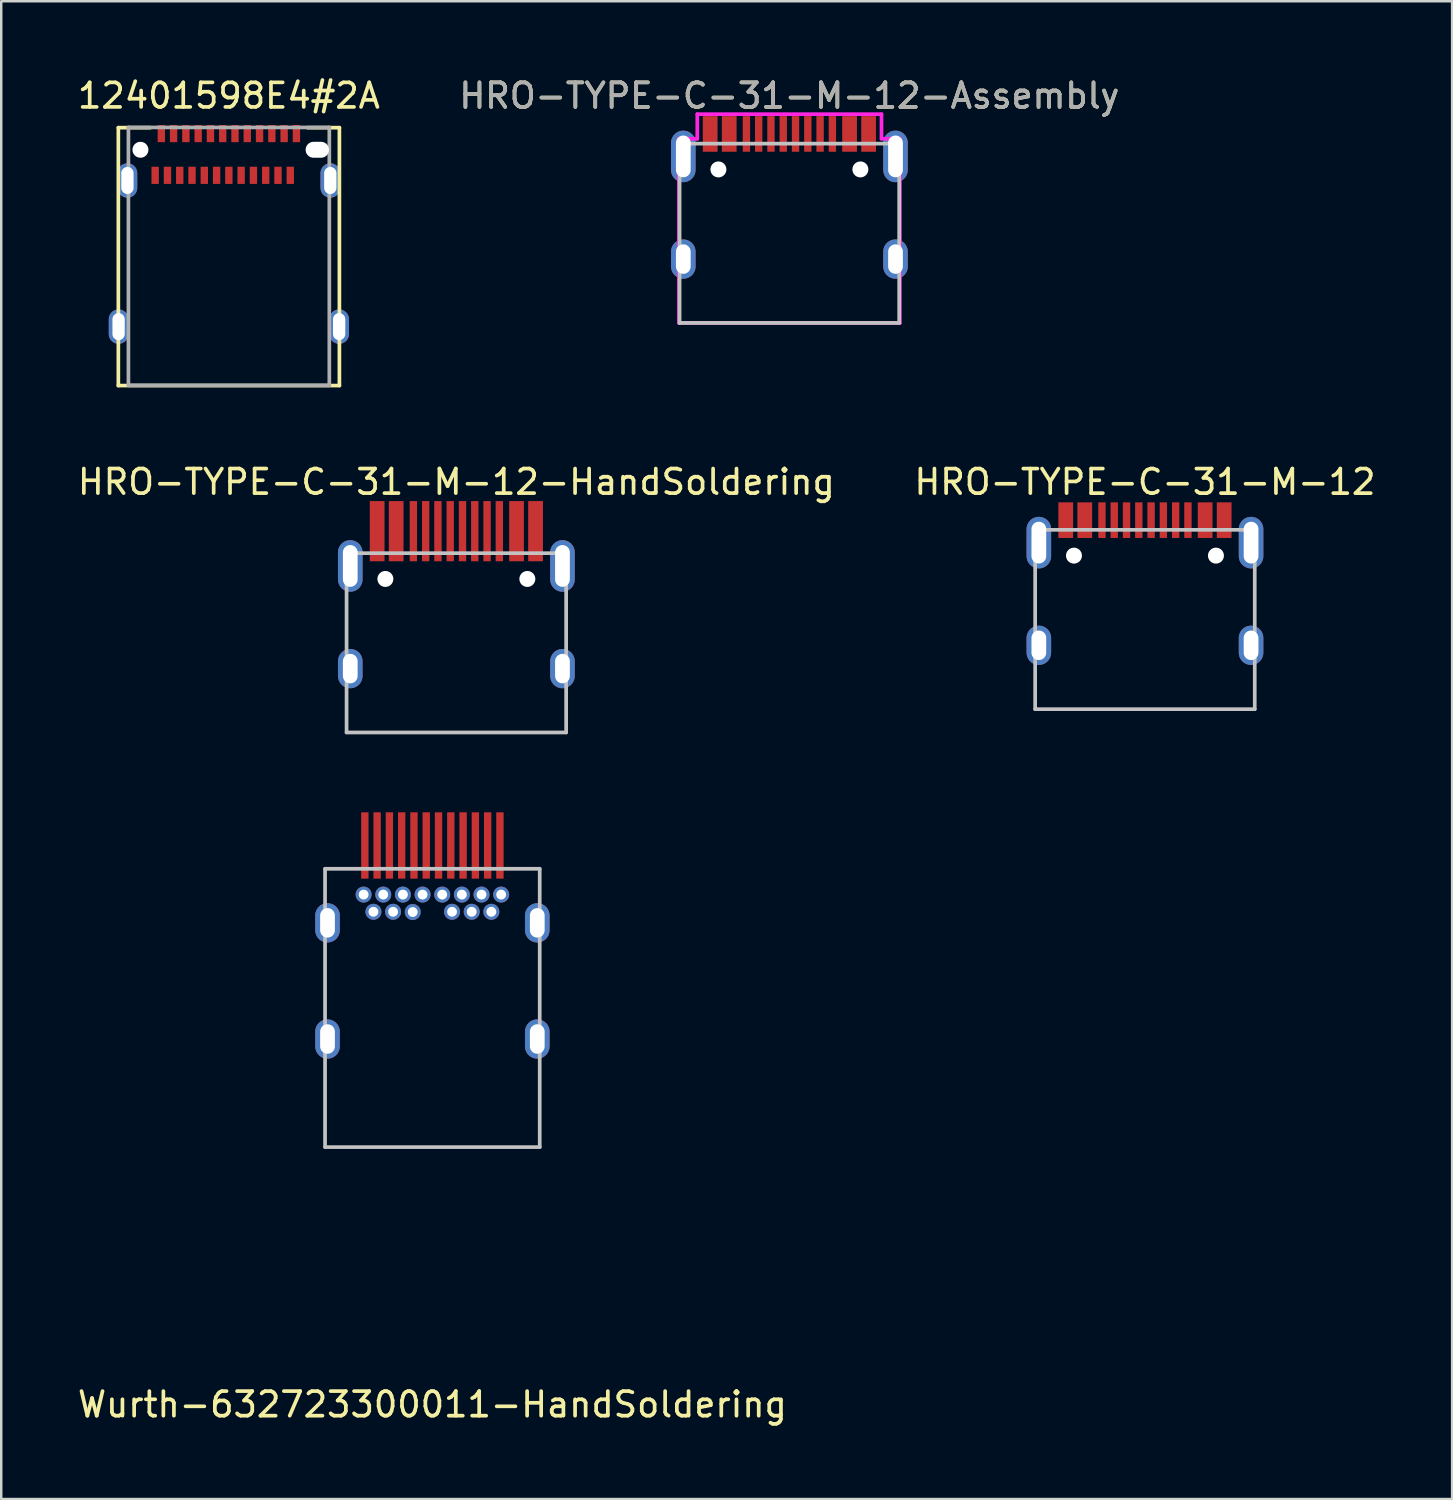
<source format=kicad_pcb>
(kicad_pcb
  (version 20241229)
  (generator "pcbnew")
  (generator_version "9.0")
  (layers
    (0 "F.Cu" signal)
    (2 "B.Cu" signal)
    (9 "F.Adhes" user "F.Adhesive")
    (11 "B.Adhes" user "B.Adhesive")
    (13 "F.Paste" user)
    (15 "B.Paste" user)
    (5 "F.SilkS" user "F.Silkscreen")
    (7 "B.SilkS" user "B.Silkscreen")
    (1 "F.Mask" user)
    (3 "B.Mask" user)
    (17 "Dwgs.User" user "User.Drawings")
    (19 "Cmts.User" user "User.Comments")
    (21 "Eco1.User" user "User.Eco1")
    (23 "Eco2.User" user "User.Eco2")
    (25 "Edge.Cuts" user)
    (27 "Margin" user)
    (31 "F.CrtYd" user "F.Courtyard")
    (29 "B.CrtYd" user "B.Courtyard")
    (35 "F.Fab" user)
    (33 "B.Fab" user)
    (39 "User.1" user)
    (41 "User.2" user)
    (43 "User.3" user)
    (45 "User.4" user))
  (footprint "HRO-TYPE-C-31-M-12-HandSoldering"
    (layer "F.Cu")
    (at 15.53 26.771)
    (property "Reference" "HRO-TYPE-C-31-M-12-HandSoldering" (at 0 -10.2 0) (layer "F.SilkS") (effects (font (size 1 1) (thickness 0.15))))
    (attr through_hole)
    (fp_line (start -4.47 -7.3) (end 4.47 -7.3) (stroke (width 0.15) (type solid)) (layer "Dwgs.User"))
    (fp_line (start -4.47 0) (end -4.47 -7.3) (stroke (width 0.15) (type solid)) (layer "Dwgs.User"))
    (fp_line (start -4.47 0) (end 4.47 0) (stroke (width 0.15) (type solid)) (layer "Dwgs.User"))
    (fp_line (start 4.47 0) (end 4.47 -7.3) (stroke (width 0.15) (type solid)) (layer "Dwgs.User"))
    (pad "" np_thru_hole circle (at -2.89 -6.25) (size 0.65 0.65) (drill 0.65) (layers "*.Cu" "*.Mask"))
    (pad "" np_thru_hole circle (at 2.89 -6.25) (size 0.65 0.65) (drill 0.65) (layers "*.Cu" "*.Mask"))
    (pad "1" smd rect (at -3.225 -8.195) (size 0.6 2.45) (layers "F.Cu" "F.Mask" "F.Paste"))
    (pad "2" smd rect (at -2.45 -8.195) (size 0.6 2.45) (layers "F.Cu" "F.Mask" "F.Paste"))
    (pad "3" smd rect (at -1.75 -8.195) (size 0.3 2.45) (layers "F.Cu" "F.Mask" "F.Paste"))
    (pad "4" smd rect (at -1.25 -8.195) (size 0.3 2.45) (layers "F.Cu" "F.Mask" "F.Paste"))
    (pad "5" smd rect (at -0.75 -8.195) (size 0.3 2.45) (layers "F.Cu" "F.Mask" "F.Paste"))
    (pad "6" smd rect (at -0.25 -8.195) (size 0.3 2.45) (layers "F.Cu" "F.Mask" "F.Paste"))
    (pad "7" smd rect (at 0.25 -8.195) (size 0.3 2.45) (layers "F.Cu" "F.Mask" "F.Paste"))
    (pad "8" smd rect (at 0.75 -8.195) (size 0.3 2.45) (layers "F.Cu" "F.Mask" "F.Paste"))
    (pad "9" smd rect (at 1.25 -8.195) (size 0.3 2.45) (layers "F.Cu" "F.Mask" "F.Paste"))
    (pad "10" smd rect (at 1.75 -8.195) (size 0.3 2.45) (layers "F.Cu" "F.Mask" "F.Paste"))
    (pad "11" smd rect (at 2.45 -8.195) (size 0.6 2.45) (layers "F.Cu" "F.Mask" "F.Paste"))
    (pad "12" smd rect (at 3.225 -8.195) (size 0.6 2.45) (layers "F.Cu" "F.Mask" "F.Paste"))
    (pad "13" thru_hole oval (at -4.32 -6.78) (size 1 2.1) (drill oval 0.6 1.7) (layers "B.Cu" "B.Mask"))
    (pad "13" thru_hole oval (at -4.32 -2.6) (size 1 1.6) (drill oval 0.6 1.2) (layers "B.Cu" "B.Mask"))
    (pad "13" thru_hole oval (at 4.32 -6.78) (size 1 2.1) (drill oval 0.6 1.7) (layers "B.Cu" "B.Mask"))
    (pad "13" thru_hole oval (at 4.32 -2.6) (size 1 1.6) (drill oval 0.6 1.2) (layers "B.Cu" "B.Mask")))
  (footprint "HRO-TYPE-C-31-M-12-Assembly"
    (layer "F.Cu")
    (at 29.089 10.098)
    (property "Reference" "HRO-TYPE-C-31-M-12-Assembly" (at 0 -9.25 0) (layer "F.SilkS") (effects (font (size 1 1) (thickness 0.15))))
    (attr smd)
    (fp_line (start -4.47 -7.3) (end 4.47 -7.3) (stroke (width 0.15) (type solid)) (layer "Dwgs.User"))
    (fp_line (start -4.47 0) (end -4.47 -7.3) (stroke (width 0.15) (type solid)) (layer "Dwgs.User"))
    (fp_line (start -4.47 0) (end 4.47 0) (stroke (width 0.15) (type solid)) (layer "Dwgs.User"))
    (fp_line (start 4.47 0) (end 4.47 -7.3) (stroke (width 0.15) (type solid)) (layer "Dwgs.User"))
    (fp_line (start -4.5 -7.5) (end -3.75 -7.5) (stroke (width 0.15) (type solid)) (layer "F.CrtYd"))
    (fp_line (start -4.5 0) (end -4.5 -7.5) (stroke (width 0.15) (type solid)) (layer "F.CrtYd"))
    (fp_line (start -3.75 -8.5) (end 3.75 -8.5) (stroke (width 0.15) (type solid)) (layer "F.CrtYd"))
    (fp_line (start -3.75 -7.5) (end -3.75 -8.5) (stroke (width 0.15) (type solid)) (layer "F.CrtYd"))
    (fp_line (start 3.75 -8.5) (end 3.75 -7.5) (stroke (width 0.15) (type solid)) (layer "F.CrtYd"))
    (fp_line (start 4.5 -7.5) (end 3.75 -7.5) (stroke (width 0.15) (type solid)) (layer "F.CrtYd"))
    (fp_line (start 4.5 -7.5) (end 4.5 0) (stroke (width 0.15) (type solid)) (layer "F.CrtYd"))
    (fp_line (start 4.5 0) (end -4.5 0) (stroke (width 0.15) (type solid)) (layer "F.CrtYd"))
    (fp_text user "${REFERENCE}" (at 0 -9.25 0) (layer "F.Fab") (effects (font (size 1 1) (thickness 0.15))))
    (pad "" np_thru_hole circle (at -2.89 -6.25) (size 0.65 0.65) (drill 0.65) (layers "*.Cu" "*.Mask"))
    (pad "" np_thru_hole circle (at 2.89 -6.25) (size 0.65 0.65) (drill 0.65) (layers "*.Cu" "*.Mask"))
    (pad "1" smd rect (at -3.225 -7.695) (size 0.6 1.45) (layers "F.Cu" "F.Mask" "F.Paste"))
    (pad "2" smd rect (at -2.45 -7.695) (size 0.6 1.45) (layers "F.Cu" "F.Mask" "F.Paste"))
    (pad "3" smd rect (at -1.75 -7.695) (size 0.3 1.45) (layers "F.Cu" "F.Mask" "F.Paste"))
    (pad "4" smd rect (at -1.25 -7.695) (size 0.3 1.45) (layers "F.Cu" "F.Mask" "F.Paste"))
    (pad "5" smd rect (at -0.75 -7.695) (size 0.3 1.45) (layers "F.Cu" "F.Mask" "F.Paste"))
    (pad "6" smd rect (at -0.25 -7.695) (size 0.3 1.45) (layers "F.Cu" "F.Mask" "F.Paste"))
    (pad "7" smd rect (at 0.25 -7.695) (size 0.3 1.45) (layers "F.Cu" "F.Mask" "F.Paste"))
    (pad "8" smd rect (at 0.75 -7.695) (size 0.3 1.45) (layers "F.Cu" "F.Mask" "F.Paste"))
    (pad "9" smd rect (at 1.25 -7.695) (size 0.3 1.45) (layers "F.Cu" "F.Mask" "F.Paste"))
    (pad "10" smd rect (at 1.75 -7.695) (size 0.3 1.45) (layers "F.Cu" "F.Mask" "F.Paste"))
    (pad "11" smd rect (at 2.45 -7.695) (size 0.6 1.45) (layers "F.Cu" "F.Mask" "F.Paste"))
    (pad "12" smd rect (at 3.225 -7.695) (size 0.6 1.45) (layers "F.Cu" "F.Mask" "F.Paste"))
    (pad "13" thru_hole oval (at -4.32 -6.78) (size 1 2.1) (drill oval 0.6 1.7) (layers "*.Cu" "*.Mask"))
    (pad "13" thru_hole oval (at -4.32 -2.6) (size 1 1.6) (drill oval 0.6 1.2) (layers "*.Cu" "*.Mask"))
    (pad "13" thru_hole oval (at 4.32 -6.78) (size 1 2.1) (drill oval 0.6 1.7) (layers "*.Cu" "*.Mask"))
    (pad "13" thru_hole oval (at 4.32 -2.6) (size 1 1.6) (drill oval 0.6 1.2) (layers "*.Cu" "*.Mask")))
  (footprint "12401598E4#2A"
    (layer "F.Cu")
    (at 6.268 3.048)
    (property "Reference" "12401598E4#2A" (at 0 -2.2 0) (layer "F.SilkS") (effects (font (size 1 1) (thickness 0.15))))
    (attr through_hole)
    (fp_line (start -4.5 -0.9) (end -4.5 9.6) (stroke (width 0.15) (type solid)) (layer "F.SilkS"))
    (fp_line (start -4.5 -0.9) (end -3.2 -0.9) (stroke (width 0.15) (type solid)) (layer "F.SilkS"))
    (fp_line (start -4.5 9.6) (end 4.5 9.6) (stroke (width 0.15) (type solid)) (layer "F.SilkS"))
    (fp_line (start 4.5 -0.9) (end 3.2 -0.9) (stroke (width 0.15) (type solid)) (layer "F.SilkS"))
    (fp_line (start 4.5 9.6) (end 4.5 -0.9) (stroke (width 0.15) (type solid)) (layer "F.SilkS"))
    (fp_line (start -4.09 -0.91) (end 4.09 -0.91) (stroke (width 0.15) (type solid)) (layer "F.Fab"))
    (fp_line (start -4.09 9.59) (end -4.09 -0.91) (stroke (width 0.15) (type solid)) (layer "F.Fab"))
    (fp_line (start -4.09 9.59) (end 4.09 9.59) (stroke (width 0.15) (type solid)) (layer "F.Fab"))
    (fp_line (start 4.09 9.59) (end 4.09 -0.91) (stroke (width 0.15) (type solid)) (layer "F.Fab"))
    (pad "" np_thru_hole circle (at -3.6 0) (size 0.65 0.65) (drill 0.65) (layers "*.Cu" "*.Mask"))
    (pad "" np_thru_hole oval (at 3.6 0) (size 0.95 0.65) (drill oval 0.95 0.65) (layers "*.Cu" "*.Mask"))
    (pad "A1" smd rect (at -2.75 -0.66) (size 0.3 0.7) (layers "F.Cu" "F.Mask" "F.Paste"))
    (pad "A2" smd rect (at -2.25 -0.66) (size 0.3 0.7) (layers "F.Cu" "F.Mask" "F.Paste"))
    (pad "A3" smd rect (at -1.75 -0.66) (size 0.3 0.7) (layers "F.Cu" "F.Mask" "F.Paste"))
    (pad "A4" smd rect (at -1.25 -0.66) (size 0.3 0.7) (layers "F.Cu" "F.Mask" "F.Paste"))
    (pad "A5" smd rect (at -0.75 -0.66) (size 0.3 0.7) (layers "F.Cu" "F.Mask" "F.Paste"))
    (pad "A6" smd rect (at -0.25 -0.66) (size 0.3 0.7) (layers "F.Cu" "F.Mask" "F.Paste"))
    (pad "A7" smd rect (at 0.25 -0.66) (size 0.3 0.7) (layers "F.Cu" "F.Mask" "F.Paste"))
    (pad "A8" smd rect (at 0.75 -0.66) (size 0.3 0.7) (layers "F.Cu" "F.Mask" "F.Paste"))
    (pad "A9" smd rect (at 1.25 -0.66) (size 0.3 0.7) (layers "F.Cu" "F.Mask" "F.Paste"))
    (pad "A10" smd rect (at 1.75 -0.66) (size 0.3 0.7) (layers "F.Cu" "F.Mask" "F.Paste"))
    (pad "A11" smd rect (at 2.25 -0.66) (size 0.3 0.7) (layers "F.Cu" "F.Mask" "F.Paste"))
    (pad "A12" smd rect (at 2.75 -0.66) (size 0.3 0.7) (layers "F.Cu" "F.Mask" "F.Paste"))
    (pad "B1" smd rect (at 2.5 1.04) (size 0.3 0.7) (layers "F.Cu" "F.Mask" "F.Paste"))
    (pad "B2" smd rect (at 2 1.04) (size 0.3 0.7) (layers "F.Cu" "F.Mask" "F.Paste"))
    (pad "B3" smd rect (at 1.5 1.04) (size 0.3 0.7) (layers "F.Cu" "F.Mask" "F.Paste"))
    (pad "B4" smd rect (at 1 1.04) (size 0.3 0.7) (layers "F.Cu" "F.Mask" "F.Paste"))
    (pad "B5" smd rect (at 0.5 1.04) (size 0.3 0.7) (layers "F.Cu" "F.Mask" "F.Paste"))
    (pad "B6" smd rect (at 0 1.04) (size 0.3 0.7) (layers "F.Cu" "F.Mask" "F.Paste"))
    (pad "B7" smd rect (at -0.5 1.04) (size 0.3 0.7) (layers "F.Cu" "F.Mask" "F.Paste"))
    (pad "B8" smd rect (at -1 1.04) (size 0.3 0.7) (layers "F.Cu" "F.Mask" "F.Paste"))
    (pad "B9" smd rect (at -1.5 1.04) (size 0.3 0.7) (layers "F.Cu" "F.Mask" "F.Paste"))
    (pad "B10" smd rect (at -2 1.04) (size 0.3 0.7) (layers "F.Cu" "F.Mask" "F.Paste"))
    (pad "B11" smd rect (at -2.5 1.04) (size 0.3 0.7) (layers "F.Cu" "F.Mask" "F.Paste"))
    (pad "B12" smd rect (at -3 1.04) (size 0.3 0.7) (layers "F.Cu" "F.Mask" "F.Paste"))
    (pad "S1" thru_hole oval (at -4.13 1.25) (size 0.8 1.4) (drill oval 0.5 1.1) (layers "*.Cu" "B.Mask"))
    (pad "S2" thru_hole oval (at 4.13 1.25) (size 0.8 1.4) (drill oval 0.5 1.1) (layers "*.Cu" "B.Mask"))
    (pad "S3" thru_hole oval (at -4.49 7.2) (size 0.8 1.4) (drill oval 0.5 1.1) (layers "*.Cu" "B.Mask"))
    (pad "S4" thru_hole oval (at 4.49 7.2) (size 0.8 1.4) (drill oval 0.5 1.1) (layers "*.Cu" "B.Mask")))
  (footprint "Wurth-632723300011-HandSoldering"
    (layer "F.Cu")
    (at 14.554 42.702)
    (property "Reference" "Wurth-632723300011-HandSoldering" (at 0 11.43 0) (layer "F.SilkS") (effects (font (size 1 1) (thickness 0.15))))
    (attr through_hole)
    (fp_line (start -4.37 -10.38) (end 4.37 -10.38) (stroke (width 0.15) (type solid)) (layer "Dwgs.User"))
    (fp_line (start -4.37 0.95) (end -4.37 -10.38) (stroke (width 0.15) (type solid)) (layer "Dwgs.User"))
    (fp_line (start -4.37 0.95) (end 4.37 0.95) (stroke (width 0.15) (type solid)) (layer "Dwgs.User"))
    (fp_line (start 4.37 0.95) (end 4.37 -10.38) (stroke (width 0.15) (type solid)) (layer "Dwgs.User"))
    (pad "1" smd rect (at -2.75 -11.33) (size 0.3 2.7) (layers "F.Cu" "F.Mask" "F.Paste"))
    (pad "2" smd rect (at -2.25 -11.33) (size 0.3 2.7) (layers "F.Cu" "F.Mask" "F.Paste"))
    (pad "3" smd rect (at -1.75 -11.33) (size 0.3 2.7) (layers "F.Cu" "F.Mask" "F.Paste"))
    (pad "4" smd rect (at -1.25 -11.33) (size 0.3 2.7) (layers "F.Cu" "F.Mask" "F.Paste"))
    (pad "5" smd rect (at -0.75 -11.33) (size 0.3 2.7) (layers "F.Cu" "F.Mask" "F.Paste"))
    (pad "6" smd rect (at -0.25 -11.33) (size 0.3 2.7) (layers "F.Cu" "F.Mask" "F.Paste"))
    (pad "7" smd rect (at 0.25 -11.33) (size 0.3 2.7) (layers "F.Cu" "F.Mask" "F.Paste"))
    (pad "8" smd rect (at 0.75 -11.33) (size 0.3 2.7) (layers "F.Cu" "F.Mask" "F.Paste"))
    (pad "9" smd rect (at 1.25 -11.33) (size 0.3 2.7) (layers "F.Cu" "F.Mask" "F.Paste"))
    (pad "10" smd rect (at 1.75 -11.33) (size 0.3 2.7) (layers "F.Cu" "F.Mask" "F.Paste"))
    (pad "11" smd rect (at 2.25 -11.33) (size 0.3 2.7) (layers "F.Cu" "F.Mask" "F.Paste"))
    (pad "12" smd rect (at 2.75 -11.33) (size 0.3 2.7) (layers "F.Cu" "F.Mask" "F.Paste"))
    (pad "13" thru_hole circle (at 2.8 -9.33) (size 0.65 0.65) (drill 0.4) (layers "B.Cu" "B.Mask"))
    (pad "14" thru_hole circle (at 2.4 -8.63) (size 0.65 0.65) (drill 0.4) (layers "B.Cu" "B.Mask"))
    (pad "15" thru_hole circle (at 1.6 -8.63) (size 0.65 0.65) (drill 0.4) (layers "B.Cu" "B.Mask"))
    (pad "16" thru_hole circle (at 1.2 -9.33) (size 0.65 0.65) (drill 0.4) (layers "B.Cu" "B.Mask"))
    (pad "17" thru_hole circle (at 0.8 -8.63) (size 0.65 0.65) (drill 0.4) (layers "B.Cu" "B.Mask"))
    (pad "18" thru_hole circle (at 0.4 -9.33) (size 0.65 0.65) (drill 0.4) (layers "B.Cu" "B.Mask"))
    (pad "19" thru_hole circle (at -0.4 -9.33) (size 0.65 0.65) (drill 0.4) (layers "B.Cu" "B.Mask"))
    (pad "20" thru_hole circle (at -0.8 -8.62) (size 0.65 0.65) (drill 0.4) (layers "B.Cu" "B.Mask"))
    (pad "21" thru_hole circle (at -1.2 -9.33) (size 0.65 0.65) (drill 0.4) (layers "B.Cu" "B.Mask"))
    (pad "22" thru_hole circle (at -1.6 -8.63) (size 0.65 0.65) (drill 0.4) (layers "B.Cu" "B.Mask"))
    (pad "23" thru_hole circle (at -2.4 -8.63) (size 0.65 0.65) (drill 0.4) (layers "B.Cu" "B.Mask"))
    (pad "24" thru_hole circle (at -2.8 -9.33) (size 0.65 0.65) (drill 0.4) (layers "B.Cu" "B.Mask"))
    (pad "25" thru_hole circle (at -2 -9.33) (size 0.65 0.65) (drill 0.4) (layers "B.Cu" "B.Mask"))
    (pad "25" thru_hole circle (at 2 -9.33) (size 0.65 0.65) (drill 0.4) (layers "B.Cu" "B.Mask"))
    (pad "26" thru_hole oval (at -4.27 -8.18) (size 1 1.6) (drill oval 0.6 1.2) (layers "B.Cu" "B.Mask"))
    (pad "26" thru_hole oval (at -4.27 -3.45) (size 1 1.6) (drill oval 0.6 1.2) (layers "B.Cu" "B.Mask"))
    (pad "26" thru_hole oval (at 4.27 -8.18) (size 1 1.6) (drill oval 0.6 1.2) (layers "B.Cu" "B.Mask"))
    (pad "26" thru_hole oval (at 4.27 -3.45) (size 1 1.6) (drill oval 0.6 1.2) (layers "B.Cu" "B.Mask")))
  (footprint "HRO-TYPE-C-31-M-12"
    (layer "F.Cu")
    (at 43.565 25.822)
    (property "Reference" "HRO-TYPE-C-31-M-12" (at 0 -9.25 0) (layer "F.SilkS") (effects (font (size 1 1) (thickness 0.15))))
    (attr through_hole)
    (fp_line (start -4.47 -7.3) (end 4.47 -7.3) (stroke (width 0.15) (type solid)) (layer "Dwgs.User"))
    (fp_line (start -4.47 0) (end -4.47 -7.3) (stroke (width 0.15) (type solid)) (layer "Dwgs.User"))
    (fp_line (start -4.47 0) (end 4.47 0) (stroke (width 0.15) (type solid)) (layer "Dwgs.User"))
    (fp_line (start 4.47 0) (end 4.47 -7.3) (stroke (width 0.15) (type solid)) (layer "Dwgs.User"))
    (pad "" np_thru_hole circle (at -2.89 -6.25) (size 0.65 0.65) (drill 0.65) (layers "*.Cu" "*.Mask"))
    (pad "" np_thru_hole circle (at 2.89 -6.25) (size 0.65 0.65) (drill 0.65) (layers "*.Cu" "*.Mask"))
    (pad "1" smd rect (at -3.225 -7.695) (size 0.6 1.45) (layers "F.Cu" "F.Mask" "F.Paste"))
    (pad "2" smd rect (at -2.45 -7.695) (size 0.6 1.45) (layers "F.Cu" "F.Mask" "F.Paste"))
    (pad "3" smd rect (at -1.75 -7.695) (size 0.3 1.45) (layers "F.Cu" "F.Mask" "F.Paste"))
    (pad "4" smd rect (at -1.25 -7.695) (size 0.3 1.45) (layers "F.Cu" "F.Mask" "F.Paste"))
    (pad "5" smd rect (at -0.75 -7.695) (size 0.3 1.45) (layers "F.Cu" "F.Mask" "F.Paste"))
    (pad "6" smd rect (at -0.25 -7.695) (size 0.3 1.45) (layers "F.Cu" "F.Mask" "F.Paste"))
    (pad "7" smd rect (at 0.25 -7.695) (size 0.3 1.45) (layers "F.Cu" "F.Mask" "F.Paste"))
    (pad "8" smd rect (at 0.75 -7.695) (size 0.3 1.45) (layers "F.Cu" "F.Mask" "F.Paste"))
    (pad "9" smd rect (at 1.25 -7.695) (size 0.3 1.45) (layers "F.Cu" "F.Mask" "F.Paste"))
    (pad "10" smd rect (at 1.75 -7.695) (size 0.3 1.45) (layers "F.Cu" "F.Mask" "F.Paste"))
    (pad "11" smd rect (at 2.45 -7.695) (size 0.6 1.45) (layers "F.Cu" "F.Mask" "F.Paste"))
    (pad "12" smd rect (at 3.225 -7.695) (size 0.6 1.45) (layers "F.Cu" "F.Mask" "F.Paste"))
    (pad "13" thru_hole oval (at -4.32 -6.78) (size 1 2.1) (drill oval 0.6 1.7) (layers "B.Cu" "B.Mask"))
    (pad "13" thru_hole oval (at -4.32 -2.6) (size 1 1.6) (drill oval 0.6 1.2) (layers "B.Cu" "B.Mask"))
    (pad "13" thru_hole oval (at 4.32 -6.78) (size 1 2.1) (drill oval 0.6 1.7) (layers "B.Cu" "B.Mask"))
    (pad "13" thru_hole oval (at 4.32 -2.6) (size 1 1.6) (drill oval 0.6 1.2) (layers "B.Cu" "B.Mask")))
  (gr_rect
    (start -3 -3)
    (end 56.071 57.98)
    (stroke (width 0.1) (type default))
    (fill no)
    (layer "Edge.Cuts")))
</source>
